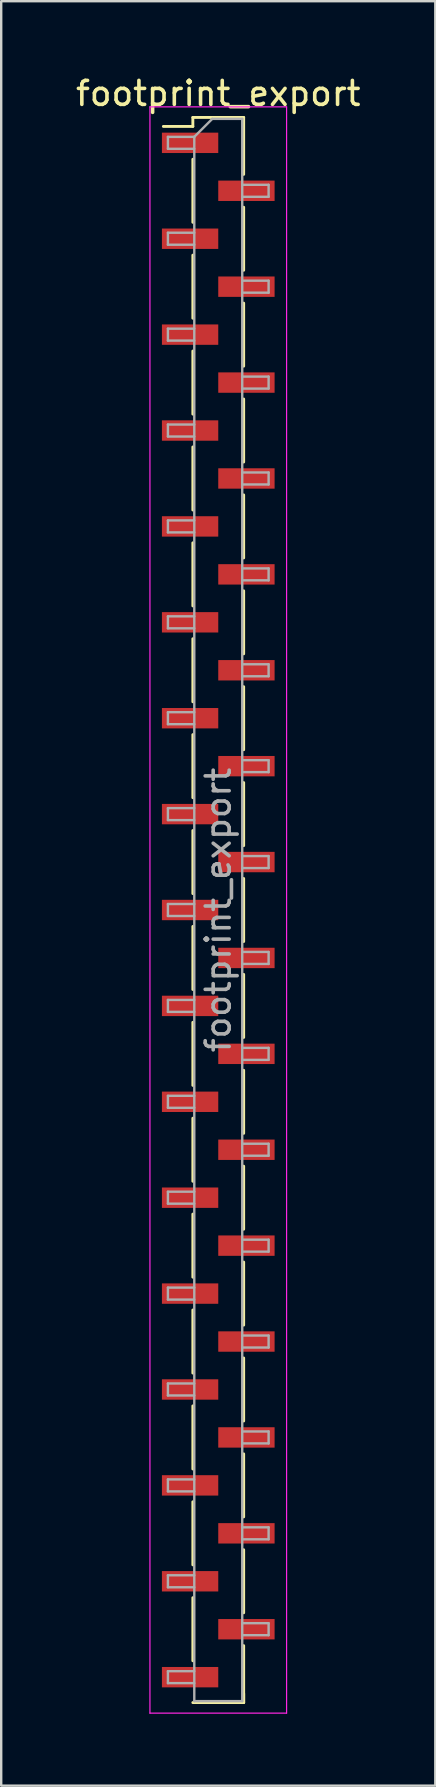
<source format=kicad_pcb>
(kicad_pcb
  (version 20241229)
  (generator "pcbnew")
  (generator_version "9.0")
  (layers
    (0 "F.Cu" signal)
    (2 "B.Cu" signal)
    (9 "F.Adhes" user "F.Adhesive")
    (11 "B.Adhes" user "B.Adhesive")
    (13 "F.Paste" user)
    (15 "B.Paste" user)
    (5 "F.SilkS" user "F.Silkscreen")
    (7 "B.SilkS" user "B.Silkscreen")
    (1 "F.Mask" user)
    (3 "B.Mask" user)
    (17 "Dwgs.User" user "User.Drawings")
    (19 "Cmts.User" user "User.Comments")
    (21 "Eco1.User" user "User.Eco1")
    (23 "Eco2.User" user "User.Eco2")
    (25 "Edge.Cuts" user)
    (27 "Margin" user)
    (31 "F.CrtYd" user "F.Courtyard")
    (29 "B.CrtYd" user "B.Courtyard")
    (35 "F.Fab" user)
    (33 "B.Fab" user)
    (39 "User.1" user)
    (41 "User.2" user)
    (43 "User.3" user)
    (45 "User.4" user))
  (footprint "footprint_export"
    (layer "F.Cu")
    (at 6.054 34.908)
    (property "Reference" "footprint_export" (at 0 -34.06 0) (layer "F.SilkS") (effects (font (size 1 1) (thickness 0.15))))
    (attr smd)
    (fp_line (start -1.06 -33.06) (end -1.06 -32.685) (stroke (width 0.12) (type solid)) (layer "F.SilkS"))
    (fp_line (start -1.06 -33.06) (end 1.06 -33.06) (stroke (width 0.12) (type solid)) (layer "F.SilkS"))
    (fp_line (start -1.06 -32.685) (end -2.29 -32.685) (stroke (width 0.12) (type solid)) (layer "F.SilkS"))
    (fp_line (start -1.06 -31.315) (end -1.06 -28.685) (stroke (width 0.12) (type solid)) (layer "F.SilkS"))
    (fp_line (start -1.06 -27.315) (end -1.06 -24.685) (stroke (width 0.12) (type solid)) (layer "F.SilkS"))
    (fp_line (start -1.06 -23.315) (end -1.06 -20.685) (stroke (width 0.12) (type solid)) (layer "F.SilkS"))
    (fp_line (start -1.06 -19.315) (end -1.06 -16.685) (stroke (width 0.12) (type solid)) (layer "F.SilkS"))
    (fp_line (start -1.06 -15.315) (end -1.06 -12.685) (stroke (width 0.12) (type solid)) (layer "F.SilkS"))
    (fp_line (start -1.06 -11.315) (end -1.06 -8.685) (stroke (width 0.12) (type solid)) (layer "F.SilkS"))
    (fp_line (start -1.06 -7.315) (end -1.06 -4.685) (stroke (width 0.12) (type solid)) (layer "F.SilkS"))
    (fp_line (start -1.06 -3.315) (end -1.06 -0.685) (stroke (width 0.12) (type solid)) (layer "F.SilkS"))
    (fp_line (start -1.06 0.685) (end -1.06 3.315) (stroke (width 0.12) (type solid)) (layer "F.SilkS"))
    (fp_line (start -1.06 4.685) (end -1.06 7.315) (stroke (width 0.12) (type solid)) (layer "F.SilkS"))
    (fp_line (start -1.06 8.685) (end -1.06 11.315) (stroke (width 0.12) (type solid)) (layer "F.SilkS"))
    (fp_line (start -1.06 12.685) (end -1.06 15.315) (stroke (width 0.12) (type solid)) (layer "F.SilkS"))
    (fp_line (start -1.06 16.685) (end -1.06 19.315) (stroke (width 0.12) (type solid)) (layer "F.SilkS"))
    (fp_line (start -1.06 20.685) (end -1.06 23.315) (stroke (width 0.12) (type solid)) (layer "F.SilkS"))
    (fp_line (start -1.06 24.685) (end -1.06 27.315) (stroke (width 0.12) (type solid)) (layer "F.SilkS"))
    (fp_line (start -1.06 28.685) (end -1.06 31.315) (stroke (width 0.12) (type solid)) (layer "F.SilkS"))
    (fp_line (start -1.06 33.06) (end 1.06 33.06) (stroke (width 0.12) (type solid)) (layer "F.SilkS"))
    (fp_line (start 1.06 -33.06) (end 1.06 -30.685) (stroke (width 0.12) (type solid)) (layer "F.SilkS"))
    (fp_line (start 1.06 -29.315) (end 1.06 -26.685) (stroke (width 0.12) (type solid)) (layer "F.SilkS"))
    (fp_line (start 1.06 -25.315) (end 1.06 -22.685) (stroke (width 0.12) (type solid)) (layer "F.SilkS"))
    (fp_line (start 1.06 -21.315) (end 1.06 -18.685) (stroke (width 0.12) (type solid)) (layer "F.SilkS"))
    (fp_line (start 1.06 -17.315) (end 1.06 -14.685) (stroke (width 0.12) (type solid)) (layer "F.SilkS"))
    (fp_line (start 1.06 -13.315) (end 1.06 -10.685) (stroke (width 0.12) (type solid)) (layer "F.SilkS"))
    (fp_line (start 1.06 -9.315) (end 1.06 -6.685) (stroke (width 0.12) (type solid)) (layer "F.SilkS"))
    (fp_line (start 1.06 -5.315) (end 1.06 -2.685) (stroke (width 0.12) (type solid)) (layer "F.SilkS"))
    (fp_line (start 1.06 -1.315) (end 1.06 1.315) (stroke (width 0.12) (type solid)) (layer "F.SilkS"))
    (fp_line (start 1.06 2.685) (end 1.06 5.315) (stroke (width 0.12) (type solid)) (layer "F.SilkS"))
    (fp_line (start 1.06 6.685) (end 1.06 9.315) (stroke (width 0.12) (type solid)) (layer "F.SilkS"))
    (fp_line (start 1.06 10.685) (end 1.06 13.315) (stroke (width 0.12) (type solid)) (layer "F.SilkS"))
    (fp_line (start 1.06 14.685) (end 1.06 17.315) (stroke (width 0.12) (type solid)) (layer "F.SilkS"))
    (fp_line (start 1.06 18.685) (end 1.06 21.315) (stroke (width 0.12) (type solid)) (layer "F.SilkS"))
    (fp_line (start 1.06 22.685) (end 1.06 25.315) (stroke (width 0.12) (type solid)) (layer "F.SilkS"))
    (fp_line (start 1.06 26.685) (end 1.06 29.315) (stroke (width 0.12) (type solid)) (layer "F.SilkS"))
    (fp_line (start 1.06 30.685) (end 1.06 33.06) (stroke (width 0.12) (type solid)) (layer "F.SilkS"))
    (fp_line (start 1.06 32.685) (end 1.06 33.06) (stroke (width 0.12) (type solid)) (layer "F.SilkS"))
    (fp_line (start -2.85 -33.5) (end -2.85 33.5) (stroke (width 0.05) (type solid)) (layer "F.CrtYd"))
    (fp_line (start -2.85 33.5) (end 2.85 33.5) (stroke (width 0.05) (type solid)) (layer "F.CrtYd"))
    (fp_line (start 2.85 -33.5) (end -2.85 -33.5) (stroke (width 0.05) (type solid)) (layer "F.CrtYd"))
    (fp_line (start 2.85 33.5) (end 2.85 -33.5) (stroke (width 0.05) (type solid)) (layer "F.CrtYd"))
    (fp_line (start -2.1 -32.25) (end -2.1 -31.75) (stroke (width 0.1) (type solid)) (layer "F.Fab"))
    (fp_line (start -2.1 -31.75) (end -1 -31.75) (stroke (width 0.1) (type solid)) (layer "F.Fab"))
    (fp_line (start -2.1 -28.25) (end -2.1 -27.75) (stroke (width 0.1) (type solid)) (layer "F.Fab"))
    (fp_line (start -2.1 -27.75) (end -1 -27.75) (stroke (width 0.1) (type solid)) (layer "F.Fab"))
    (fp_line (start -2.1 -24.25) (end -2.1 -23.75) (stroke (width 0.1) (type solid)) (layer "F.Fab"))
    (fp_line (start -2.1 -23.75) (end -1 -23.75) (stroke (width 0.1) (type solid)) (layer "F.Fab"))
    (fp_line (start -2.1 -20.25) (end -2.1 -19.75) (stroke (width 0.1) (type solid)) (layer "F.Fab"))
    (fp_line (start -2.1 -19.75) (end -1 -19.75) (stroke (width 0.1) (type solid)) (layer "F.Fab"))
    (fp_line (start -2.1 -16.25) (end -2.1 -15.75) (stroke (width 0.1) (type solid)) (layer "F.Fab"))
    (fp_line (start -2.1 -15.75) (end -1 -15.75) (stroke (width 0.1) (type solid)) (layer "F.Fab"))
    (fp_line (start -2.1 -12.25) (end -2.1 -11.75) (stroke (width 0.1) (type solid)) (layer "F.Fab"))
    (fp_line (start -2.1 -11.75) (end -1 -11.75) (stroke (width 0.1) (type solid)) (layer "F.Fab"))
    (fp_line (start -2.1 -8.25) (end -2.1 -7.75) (stroke (width 0.1) (type solid)) (layer "F.Fab"))
    (fp_line (start -2.1 -7.75) (end -1 -7.75) (stroke (width 0.1) (type solid)) (layer "F.Fab"))
    (fp_line (start -2.1 -4.25) (end -2.1 -3.75) (stroke (width 0.1) (type solid)) (layer "F.Fab"))
    (fp_line (start -2.1 -3.75) (end -1 -3.75) (stroke (width 0.1) (type solid)) (layer "F.Fab"))
    (fp_line (start -2.1 -0.25) (end -2.1 0.25) (stroke (width 0.1) (type solid)) (layer "F.Fab"))
    (fp_line (start -2.1 0.25) (end -1 0.25) (stroke (width 0.1) (type solid)) (layer "F.Fab"))
    (fp_line (start -2.1 3.75) (end -2.1 4.25) (stroke (width 0.1) (type solid)) (layer "F.Fab"))
    (fp_line (start -2.1 4.25) (end -1 4.25) (stroke (width 0.1) (type solid)) (layer "F.Fab"))
    (fp_line (start -2.1 7.75) (end -2.1 8.25) (stroke (width 0.1) (type solid)) (layer "F.Fab"))
    (fp_line (start -2.1 8.25) (end -1 8.25) (stroke (width 0.1) (type solid)) (layer "F.Fab"))
    (fp_line (start -2.1 11.75) (end -2.1 12.25) (stroke (width 0.1) (type solid)) (layer "F.Fab"))
    (fp_line (start -2.1 12.25) (end -1 12.25) (stroke (width 0.1) (type solid)) (layer "F.Fab"))
    (fp_line (start -2.1 15.75) (end -2.1 16.25) (stroke (width 0.1) (type solid)) (layer "F.Fab"))
    (fp_line (start -2.1 16.25) (end -1 16.25) (stroke (width 0.1) (type solid)) (layer "F.Fab"))
    (fp_line (start -2.1 19.75) (end -2.1 20.25) (stroke (width 0.1) (type solid)) (layer "F.Fab"))
    (fp_line (start -2.1 20.25) (end -1 20.25) (stroke (width 0.1) (type solid)) (layer "F.Fab"))
    (fp_line (start -2.1 23.75) (end -2.1 24.25) (stroke (width 0.1) (type solid)) (layer "F.Fab"))
    (fp_line (start -2.1 24.25) (end -1 24.25) (stroke (width 0.1) (type solid)) (layer "F.Fab"))
    (fp_line (start -2.1 27.75) (end -2.1 28.25) (stroke (width 0.1) (type solid)) (layer "F.Fab"))
    (fp_line (start -2.1 28.25) (end -1 28.25) (stroke (width 0.1) (type solid)) (layer "F.Fab"))
    (fp_line (start -2.1 31.75) (end -2.1 32.25) (stroke (width 0.1) (type solid)) (layer "F.Fab"))
    (fp_line (start -2.1 32.25) (end -1 32.25) (stroke (width 0.1) (type solid)) (layer "F.Fab"))
    (fp_line (start -1 -32.25) (end -2.1 -32.25) (stroke (width 0.1) (type solid)) (layer "F.Fab"))
    (fp_line (start -1 -32.25) (end -0.25 -33) (stroke (width 0.1) (type solid)) (layer "F.Fab"))
    (fp_line (start -1 -28.25) (end -2.1 -28.25) (stroke (width 0.1) (type solid)) (layer "F.Fab"))
    (fp_line (start -1 -24.25) (end -2.1 -24.25) (stroke (width 0.1) (type solid)) (layer "F.Fab"))
    (fp_line (start -1 -20.25) (end -2.1 -20.25) (stroke (width 0.1) (type solid)) (layer "F.Fab"))
    (fp_line (start -1 -16.25) (end -2.1 -16.25) (stroke (width 0.1) (type solid)) (layer "F.Fab"))
    (fp_line (start -1 -12.25) (end -2.1 -12.25) (stroke (width 0.1) (type solid)) (layer "F.Fab"))
    (fp_line (start -1 -8.25) (end -2.1 -8.25) (stroke (width 0.1) (type solid)) (layer "F.Fab"))
    (fp_line (start -1 -4.25) (end -2.1 -4.25) (stroke (width 0.1) (type solid)) (layer "F.Fab"))
    (fp_line (start -1 -0.25) (end -2.1 -0.25) (stroke (width 0.1) (type solid)) (layer "F.Fab"))
    (fp_line (start -1 3.75) (end -2.1 3.75) (stroke (width 0.1) (type solid)) (layer "F.Fab"))
    (fp_line (start -1 7.75) (end -2.1 7.75) (stroke (width 0.1) (type solid)) (layer "F.Fab"))
    (fp_line (start -1 11.75) (end -2.1 11.75) (stroke (width 0.1) (type solid)) (layer "F.Fab"))
    (fp_line (start -1 15.75) (end -2.1 15.75) (stroke (width 0.1) (type solid)) (layer "F.Fab"))
    (fp_line (start -1 19.75) (end -2.1 19.75) (stroke (width 0.1) (type solid)) (layer "F.Fab"))
    (fp_line (start -1 23.75) (end -2.1 23.75) (stroke (width 0.1) (type solid)) (layer "F.Fab"))
    (fp_line (start -1 27.75) (end -2.1 27.75) (stroke (width 0.1) (type solid)) (layer "F.Fab"))
    (fp_line (start -1 31.75) (end -2.1 31.75) (stroke (width 0.1) (type solid)) (layer "F.Fab"))
    (fp_line (start -1 33) (end -1 -32.25) (stroke (width 0.1) (type solid)) (layer "F.Fab"))
    (fp_line (start -0.25 -33) (end 1 -33) (stroke (width 0.1) (type solid)) (layer "F.Fab"))
    (fp_line (start 1 -33) (end 1 33) (stroke (width 0.1) (type solid)) (layer "F.Fab"))
    (fp_line (start 1 -30.25) (end 2.1 -30.25) (stroke (width 0.1) (type solid)) (layer "F.Fab"))
    (fp_line (start 1 -26.25) (end 2.1 -26.25) (stroke (width 0.1) (type solid)) (layer "F.Fab"))
    (fp_line (start 1 -22.25) (end 2.1 -22.25) (stroke (width 0.1) (type solid)) (layer "F.Fab"))
    (fp_line (start 1 -18.25) (end 2.1 -18.25) (stroke (width 0.1) (type solid)) (layer "F.Fab"))
    (fp_line (start 1 -14.25) (end 2.1 -14.25) (stroke (width 0.1) (type solid)) (layer "F.Fab"))
    (fp_line (start 1 -10.25) (end 2.1 -10.25) (stroke (width 0.1) (type solid)) (layer "F.Fab"))
    (fp_line (start 1 -6.25) (end 2.1 -6.25) (stroke (width 0.1) (type solid)) (layer "F.Fab"))
    (fp_line (start 1 -2.25) (end 2.1 -2.25) (stroke (width 0.1) (type solid)) (layer "F.Fab"))
    (fp_line (start 1 1.75) (end 2.1 1.75) (stroke (width 0.1) (type solid)) (layer "F.Fab"))
    (fp_line (start 1 5.75) (end 2.1 5.75) (stroke (width 0.1) (type solid)) (layer "F.Fab"))
    (fp_line (start 1 9.75) (end 2.1 9.75) (stroke (width 0.1) (type solid)) (layer "F.Fab"))
    (fp_line (start 1 13.75) (end 2.1 13.75) (stroke (width 0.1) (type solid)) (layer "F.Fab"))
    (fp_line (start 1 17.75) (end 2.1 17.75) (stroke (width 0.1) (type solid)) (layer "F.Fab"))
    (fp_line (start 1 21.75) (end 2.1 21.75) (stroke (width 0.1) (type solid)) (layer "F.Fab"))
    (fp_line (start 1 25.75) (end 2.1 25.75) (stroke (width 0.1) (type solid)) (layer "F.Fab"))
    (fp_line (start 1 29.75) (end 2.1 29.75) (stroke (width 0.1) (type solid)) (layer "F.Fab"))
    (fp_line (start 1 33) (end -1 33) (stroke (width 0.1) (type solid)) (layer "F.Fab"))
    (fp_line (start 2.1 -30.25) (end 2.1 -29.75) (stroke (width 0.1) (type solid)) (layer "F.Fab"))
    (fp_line (start 2.1 -29.75) (end 1 -29.75) (stroke (width 0.1) (type solid)) (layer "F.Fab"))
    (fp_line (start 2.1 -26.25) (end 2.1 -25.75) (stroke (width 0.1) (type solid)) (layer "F.Fab"))
    (fp_line (start 2.1 -25.75) (end 1 -25.75) (stroke (width 0.1) (type solid)) (layer "F.Fab"))
    (fp_line (start 2.1 -22.25) (end 2.1 -21.75) (stroke (width 0.1) (type solid)) (layer "F.Fab"))
    (fp_line (start 2.1 -21.75) (end 1 -21.75) (stroke (width 0.1) (type solid)) (layer "F.Fab"))
    (fp_line (start 2.1 -18.25) (end 2.1 -17.75) (stroke (width 0.1) (type solid)) (layer "F.Fab"))
    (fp_line (start 2.1 -17.75) (end 1 -17.75) (stroke (width 0.1) (type solid)) (layer "F.Fab"))
    (fp_line (start 2.1 -14.25) (end 2.1 -13.75) (stroke (width 0.1) (type solid)) (layer "F.Fab"))
    (fp_line (start 2.1 -13.75) (end 1 -13.75) (stroke (width 0.1) (type solid)) (layer "F.Fab"))
    (fp_line (start 2.1 -10.25) (end 2.1 -9.75) (stroke (width 0.1) (type solid)) (layer "F.Fab"))
    (fp_line (start 2.1 -9.75) (end 1 -9.75) (stroke (width 0.1) (type solid)) (layer "F.Fab"))
    (fp_line (start 2.1 -6.25) (end 2.1 -5.75) (stroke (width 0.1) (type solid)) (layer "F.Fab"))
    (fp_line (start 2.1 -5.75) (end 1 -5.75) (stroke (width 0.1) (type solid)) (layer "F.Fab"))
    (fp_line (start 2.1 -2.25) (end 2.1 -1.75) (stroke (width 0.1) (type solid)) (layer "F.Fab"))
    (fp_line (start 2.1 -1.75) (end 1 -1.75) (stroke (width 0.1) (type solid)) (layer "F.Fab"))
    (fp_line (start 2.1 1.75) (end 2.1 2.25) (stroke (width 0.1) (type solid)) (layer "F.Fab"))
    (fp_line (start 2.1 2.25) (end 1 2.25) (stroke (width 0.1) (type solid)) (layer "F.Fab"))
    (fp_line (start 2.1 5.75) (end 2.1 6.25) (stroke (width 0.1) (type solid)) (layer "F.Fab"))
    (fp_line (start 2.1 6.25) (end 1 6.25) (stroke (width 0.1) (type solid)) (layer "F.Fab"))
    (fp_line (start 2.1 9.75) (end 2.1 10.25) (stroke (width 0.1) (type solid)) (layer "F.Fab"))
    (fp_line (start 2.1 10.25) (end 1 10.25) (stroke (width 0.1) (type solid)) (layer "F.Fab"))
    (fp_line (start 2.1 13.75) (end 2.1 14.25) (stroke (width 0.1) (type solid)) (layer "F.Fab"))
    (fp_line (start 2.1 14.25) (end 1 14.25) (stroke (width 0.1) (type solid)) (layer "F.Fab"))
    (fp_line (start 2.1 17.75) (end 2.1 18.25) (stroke (width 0.1) (type solid)) (layer "F.Fab"))
    (fp_line (start 2.1 18.25) (end 1 18.25) (stroke (width 0.1) (type solid)) (layer "F.Fab"))
    (fp_line (start 2.1 21.75) (end 2.1 22.25) (stroke (width 0.1) (type solid)) (layer "F.Fab"))
    (fp_line (start 2.1 22.25) (end 1 22.25) (stroke (width 0.1) (type solid)) (layer "F.Fab"))
    (fp_line (start 2.1 25.75) (end 2.1 26.25) (stroke (width 0.1) (type solid)) (layer "F.Fab"))
    (fp_line (start 2.1 26.25) (end 1 26.25) (stroke (width 0.1) (type solid)) (layer "F.Fab"))
    (fp_line (start 2.1 29.75) (end 2.1 30.25) (stroke (width 0.1) (type solid)) (layer "F.Fab"))
    (fp_line (start 2.1 30.25) (end 1 30.25) (stroke (width 0.1) (type solid)) (layer "F.Fab"))
    (fp_text user "${REFERENCE}" (at 0 0 90) (layer "F.Fab") (effects (font (size 1 1) (thickness 0.15))))
    (pad "1" smd rect (at -1.175 -32) (size 2.35 0.85) (layers "F.Cu" "F.Mask" "F.Paste"))
    (pad "2" smd rect (at 1.175 -30) (size 2.35 0.85) (layers "F.Cu" "F.Mask" "F.Paste"))
    (pad "3" smd rect (at -1.175 -28) (size 2.35 0.85) (layers "F.Cu" "F.Mask" "F.Paste"))
    (pad "4" smd rect (at 1.175 -26) (size 2.35 0.85) (layers "F.Cu" "F.Mask" "F.Paste"))
    (pad "5" smd rect (at -1.175 -24) (size 2.35 0.85) (layers "F.Cu" "F.Mask" "F.Paste"))
    (pad "6" smd rect (at 1.175 -22) (size 2.35 0.85) (layers "F.Cu" "F.Mask" "F.Paste"))
    (pad "7" smd rect (at -1.175 -20) (size 2.35 0.85) (layers "F.Cu" "F.Mask" "F.Paste"))
    (pad "8" smd rect (at 1.175 -18) (size 2.35 0.85) (layers "F.Cu" "F.Mask" "F.Paste"))
    (pad "9" smd rect (at -1.175 -16) (size 2.35 0.85) (layers "F.Cu" "F.Mask" "F.Paste"))
    (pad "10" smd rect (at 1.175 -14) (size 2.35 0.85) (layers "F.Cu" "F.Mask" "F.Paste"))
    (pad "11" smd rect (at -1.175 -12) (size 2.35 0.85) (layers "F.Cu" "F.Mask" "F.Paste"))
    (pad "12" smd rect (at 1.175 -10) (size 2.35 0.85) (layers "F.Cu" "F.Mask" "F.Paste"))
    (pad "13" smd rect (at -1.175 -8) (size 2.35 0.85) (layers "F.Cu" "F.Mask" "F.Paste"))
    (pad "14" smd rect (at 1.175 -6) (size 2.35 0.85) (layers "F.Cu" "F.Mask" "F.Paste"))
    (pad "15" smd rect (at -1.175 -4) (size 2.35 0.85) (layers "F.Cu" "F.Mask" "F.Paste"))
    (pad "16" smd rect (at 1.175 -2) (size 2.35 0.85) (layers "F.Cu" "F.Mask" "F.Paste"))
    (pad "17" smd rect (at -1.175 0) (size 2.35 0.85) (layers "F.Cu" "F.Mask" "F.Paste"))
    (pad "18" smd rect (at 1.175 2) (size 2.35 0.85) (layers "F.Cu" "F.Mask" "F.Paste"))
    (pad "19" smd rect (at -1.175 4) (size 2.35 0.85) (layers "F.Cu" "F.Mask" "F.Paste"))
    (pad "20" smd rect (at 1.175 6) (size 2.35 0.85) (layers "F.Cu" "F.Mask" "F.Paste"))
    (pad "21" smd rect (at -1.175 8) (size 2.35 0.85) (layers "F.Cu" "F.Mask" "F.Paste"))
    (pad "22" smd rect (at 1.175 10) (size 2.35 0.85) (layers "F.Cu" "F.Mask" "F.Paste"))
    (pad "23" smd rect (at -1.175 12) (size 2.35 0.85) (layers "F.Cu" "F.Mask" "F.Paste"))
    (pad "24" smd rect (at 1.175 14) (size 2.35 0.85) (layers "F.Cu" "F.Mask" "F.Paste"))
    (pad "25" smd rect (at -1.175 16) (size 2.35 0.85) (layers "F.Cu" "F.Mask" "F.Paste"))
    (pad "26" smd rect (at 1.175 18) (size 2.35 0.85) (layers "F.Cu" "F.Mask" "F.Paste"))
    (pad "27" smd rect (at -1.175 20) (size 2.35 0.85) (layers "F.Cu" "F.Mask" "F.Paste"))
    (pad "28" smd rect (at 1.175 22) (size 2.35 0.85) (layers "F.Cu" "F.Mask" "F.Paste"))
    (pad "29" smd rect (at -1.175 24) (size 2.35 0.85) (layers "F.Cu" "F.Mask" "F.Paste"))
    (pad "30" smd rect (at 1.175 26) (size 2.35 0.85) (layers "F.Cu" "F.Mask" "F.Paste"))
    (pad "31" smd rect (at -1.175 28) (size 2.35 0.85) (layers "F.Cu" "F.Mask" "F.Paste"))
    (pad "32" smd rect (at 1.175 30) (size 2.35 0.85) (layers "F.Cu" "F.Mask" "F.Paste"))
    (pad "33" smd rect (at -1.175 32) (size 2.35 0.85) (layers "F.Cu" "F.Mask" "F.Paste")))
  (gr_rect
    (start -3 -3)
    (end 15.107 71.433)
    (stroke (width 0.1) (type default))
    (fill no)
    (layer "Edge.Cuts")))
</source>
